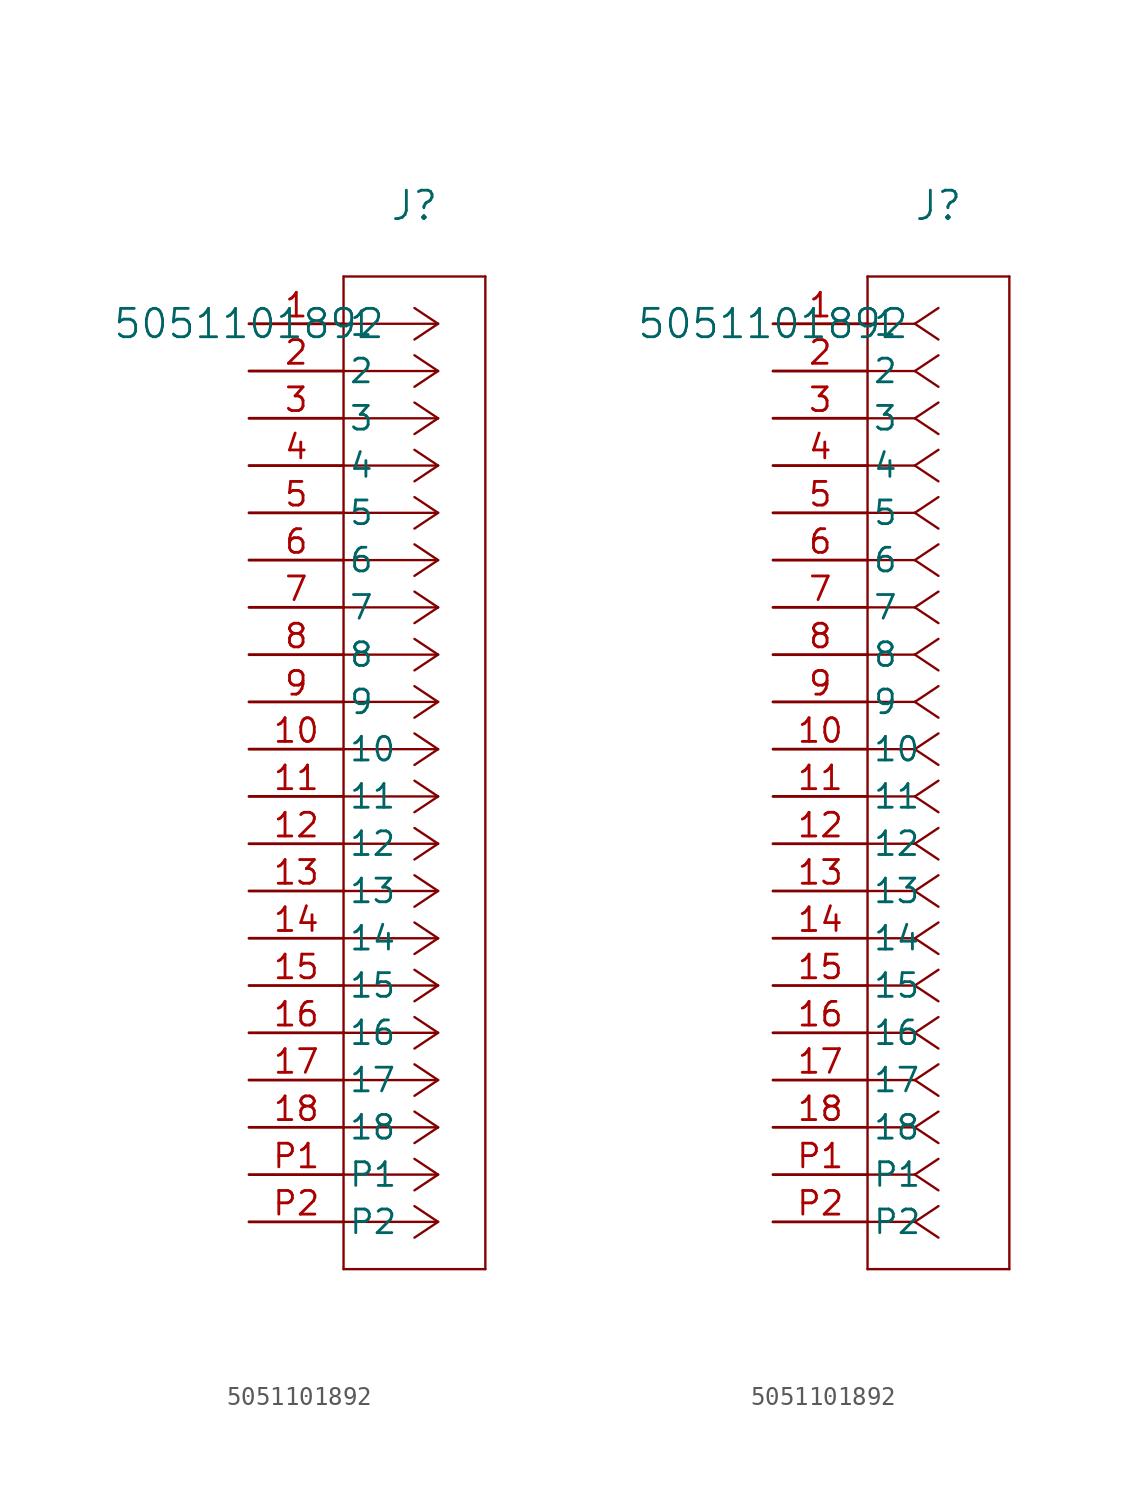
<source format=kicad_sym>
(kicad_symbol_lib
  (version 20211014)
  (generator kicad_symbol_editor)
  (symbol "5051101892"
    (pin_names
      (offset 0.254))
    (property "Reference" "J"
      (at 8.89 6.35 0)
      (effects (font (size 1.524 1.524))))
    (property "Value" "5051101892"
      (at 0 0 0)
      (effects (font (size 1.524 1.524))))
    (symbol "5051101892_1_1"
      (polyline (pts (xy 10.16 0) (xy 5.08 0)) (stroke (width 0.127) (type default) (color 0 0 0 0)) (fill (type none)))
      (polyline (pts (xy 10.16 -2.54) (xy 5.08 -2.54)) (stroke (width 0.127) (type default) (color 0 0 0 0)) (fill (type none)))
      (polyline (pts (xy 10.16 -5.08) (xy 5.08 -5.08)) (stroke (width 0.127) (type default) (color 0 0 0 0)) (fill (type none)))
      (polyline (pts (xy 10.16 -7.62) (xy 5.08 -7.62)) (stroke (width 0.127) (type default) (color 0 0 0 0)) (fill (type none)))
      (polyline (pts (xy 10.16 -10.16) (xy 5.08 -10.16)) (stroke (width 0.127) (type default) (color 0 0 0 0)) (fill (type none)))
      (polyline (pts (xy 10.16 -12.7) (xy 5.08 -12.7)) (stroke (width 0.127) (type default) (color 0 0 0 0)) (fill (type none)))
      (polyline (pts (xy 10.16 -15.24) (xy 5.08 -15.24)) (stroke (width 0.127) (type default) (color 0 0 0 0)) (fill (type none)))
      (polyline (pts (xy 10.16 -17.78) (xy 5.08 -17.78)) (stroke (width 0.127) (type default) (color 0 0 0 0)) (fill (type none)))
      (polyline (pts (xy 10.16 -20.32) (xy 5.08 -20.32)) (stroke (width 0.127) (type default) (color 0 0 0 0)) (fill (type none)))
      (polyline (pts (xy 10.16 -22.86) (xy 5.08 -22.86)) (stroke (width 0.127) (type default) (color 0 0 0 0)) (fill (type none)))
      (polyline (pts (xy 10.16 -25.4) (xy 5.08 -25.4)) (stroke (width 0.127) (type default) (color 0 0 0 0)) (fill (type none)))
      (polyline (pts (xy 10.16 -27.94) (xy 5.08 -27.94)) (stroke (width 0.127) (type default) (color 0 0 0 0)) (fill (type none)))
      (polyline (pts (xy 10.16 -30.48) (xy 5.08 -30.48)) (stroke (width 0.127) (type default) (color 0 0 0 0)) (fill (type none)))
      (polyline (pts (xy 10.16 -33.02) (xy 5.08 -33.02)) (stroke (width 0.127) (type default) (color 0 0 0 0)) (fill (type none)))
      (polyline (pts (xy 10.16 -35.56) (xy 5.08 -35.56)) (stroke (width 0.127) (type default) (color 0 0 0 0)) (fill (type none)))
      (polyline (pts (xy 10.16 -38.1) (xy 5.08 -38.1)) (stroke (width 0.127) (type default) (color 0 0 0 0)) (fill (type none)))
      (polyline (pts (xy 10.16 -40.64) (xy 5.08 -40.64)) (stroke (width 0.127) (type default) (color 0 0 0 0)) (fill (type none)))
      (polyline (pts (xy 10.16 -43.18) (xy 5.08 -43.18)) (stroke (width 0.127) (type default) (color 0 0 0 0)) (fill (type none)))
      (polyline (pts (xy 10.16 -45.72) (xy 5.08 -45.72)) (stroke (width 0.127) (type default) (color 0 0 0 0)) (fill (type none)))
      (polyline (pts (xy 10.16 -48.26) (xy 5.08 -48.26)) (stroke (width 0.127) (type default) (color 0 0 0 0)) (fill (type none)))
      (polyline (pts (xy 10.16 0) (xy 8.89 0.847)) (stroke (width 0.127) (type default) (color 0 0 0 0)) (fill (type none)))
      (polyline (pts (xy 10.16 -2.54) (xy 8.89 -1.693)) (stroke (width 0.127) (type default) (color 0 0 0 0)) (fill (type none)))
      (polyline (pts (xy 10.16 -5.08) (xy 8.89 -4.233)) (stroke (width 0.127) (type default) (color 0 0 0 0)) (fill (type none)))
      (polyline (pts (xy 10.16 -7.62) (xy 8.89 -6.773)) (stroke (width 0.127) (type default) (color 0 0 0 0)) (fill (type none)))
      (polyline (pts (xy 10.16 -10.16) (xy 8.89 -9.313)) (stroke (width 0.127) (type default) (color 0 0 0 0)) (fill (type none)))
      (polyline (pts (xy 10.16 -12.7) (xy 8.89 -11.853)) (stroke (width 0.127) (type default) (color 0 0 0 0)) (fill (type none)))
      (polyline (pts (xy 10.16 -15.24) (xy 8.89 -14.393)) (stroke (width 0.127) (type default) (color 0 0 0 0)) (fill (type none)))
      (polyline (pts (xy 10.16 -17.78) (xy 8.89 -16.933)) (stroke (width 0.127) (type default) (color 0 0 0 0)) (fill (type none)))
      (polyline (pts (xy 10.16 -20.32) (xy 8.89 -19.473)) (stroke (width 0.127) (type default) (color 0 0 0 0)) (fill (type none)))
      (polyline (pts (xy 10.16 -22.86) (xy 8.89 -22.013)) (stroke (width 0.127) (type default) (color 0 0 0 0)) (fill (type none)))
      (polyline (pts (xy 10.16 -25.4) (xy 8.89 -24.553)) (stroke (width 0.127) (type default) (color 0 0 0 0)) (fill (type none)))
      (polyline (pts (xy 10.16 -27.94) (xy 8.89 -27.093)) (stroke (width 0.127) (type default) (color 0 0 0 0)) (fill (type none)))
      (polyline (pts (xy 10.16 -30.48) (xy 8.89 -29.633)) (stroke (width 0.127) (type default) (color 0 0 0 0)) (fill (type none)))
      (polyline (pts (xy 10.16 -33.02) (xy 8.89 -32.173)) (stroke (width 0.127) (type default) (color 0 0 0 0)) (fill (type none)))
      (polyline (pts (xy 10.16 -35.56) (xy 8.89 -34.713)) (stroke (width 0.127) (type default) (color 0 0 0 0)) (fill (type none)))
      (polyline (pts (xy 10.16 -38.1) (xy 8.89 -37.253)) (stroke (width 0.127) (type default) (color 0 0 0 0)) (fill (type none)))
      (polyline (pts (xy 10.16 -40.64) (xy 8.89 -39.793)) (stroke (width 0.127) (type default) (color 0 0 0 0)) (fill (type none)))
      (polyline (pts (xy 10.16 -43.18) (xy 8.89 -42.333)) (stroke (width 0.127) (type default) (color 0 0 0 0)) (fill (type none)))
      (polyline (pts (xy 10.16 -45.72) (xy 8.89 -44.873)) (stroke (width 0.127) (type default) (color 0 0 0 0)) (fill (type none)))
      (polyline (pts (xy 10.16 -48.26) (xy 8.89 -47.413)) (stroke (width 0.127) (type default) (color 0 0 0 0)) (fill (type none)))
      (polyline (pts (xy 10.16 0) (xy 8.89 -0.847)) (stroke (width 0.127) (type default) (color 0 0 0 0)) (fill (type none)))
      (polyline (pts (xy 10.16 -2.54) (xy 8.89 -3.387)) (stroke (width 0.127) (type default) (color 0 0 0 0)) (fill (type none)))
      (polyline (pts (xy 10.16 -5.08) (xy 8.89 -5.927)) (stroke (width 0.127) (type default) (color 0 0 0 0)) (fill (type none)))
      (polyline (pts (xy 10.16 -7.62) (xy 8.89 -8.467)) (stroke (width 0.127) (type default) (color 0 0 0 0)) (fill (type none)))
      (polyline (pts (xy 10.16 -10.16) (xy 8.89 -11.007)) (stroke (width 0.127) (type default) (color 0 0 0 0)) (fill (type none)))
      (polyline (pts (xy 10.16 -12.7) (xy 8.89 -13.547)) (stroke (width 0.127) (type default) (color 0 0 0 0)) (fill (type none)))
      (polyline (pts (xy 10.16 -15.24) (xy 8.89 -16.087)) (stroke (width 0.127) (type default) (color 0 0 0 0)) (fill (type none)))
      (polyline (pts (xy 10.16 -17.78) (xy 8.89 -18.627)) (stroke (width 0.127) (type default) (color 0 0 0 0)) (fill (type none)))
      (polyline (pts (xy 10.16 -20.32) (xy 8.89 -21.167)) (stroke (width 0.127) (type default) (color 0 0 0 0)) (fill (type none)))
      (polyline (pts (xy 10.16 -22.86) (xy 8.89 -23.707)) (stroke (width 0.127) (type default) (color 0 0 0 0)) (fill (type none)))
      (polyline (pts (xy 10.16 -25.4) (xy 8.89 -26.247)) (stroke (width 0.127) (type default) (color 0 0 0 0)) (fill (type none)))
      (polyline (pts (xy 10.16 -27.94) (xy 8.89 -28.787)) (stroke (width 0.127) (type default) (color 0 0 0 0)) (fill (type none)))
      (polyline (pts (xy 10.16 -30.48) (xy 8.89 -31.327)) (stroke (width 0.127) (type default) (color 0 0 0 0)) (fill (type none)))
      (polyline (pts (xy 10.16 -33.02) (xy 8.89 -33.867)) (stroke (width 0.127) (type default) (color 0 0 0 0)) (fill (type none)))
      (polyline (pts (xy 10.16 -35.56) (xy 8.89 -36.407)) (stroke (width 0.127) (type default) (color 0 0 0 0)) (fill (type none)))
      (polyline (pts (xy 10.16 -38.1) (xy 8.89 -38.947)) (stroke (width 0.127) (type default) (color 0 0 0 0)) (fill (type none)))
      (polyline (pts (xy 10.16 -40.64) (xy 8.89 -41.487)) (stroke (width 0.127) (type default) (color 0 0 0 0)) (fill (type none)))
      (polyline (pts (xy 10.16 -43.18) (xy 8.89 -44.027)) (stroke (width 0.127) (type default) (color 0 0 0 0)) (fill (type none)))
      (polyline (pts (xy 10.16 -45.72) (xy 8.89 -46.567)) (stroke (width 0.127) (type default) (color 0 0 0 0)) (fill (type none)))
      (polyline (pts (xy 10.16 -48.26) (xy 8.89 -49.107)) (stroke (width 0.127) (type default) (color 0 0 0 0)) (fill (type none)))
      (polyline (pts (xy 5.08 2.54) (xy 5.08 -50.8)) (stroke (width 0.127) (type default) (color 0 0 0 0)) (fill (type none)))
      (polyline (pts (xy 5.08 -50.8) (xy 12.7 -50.8)) (stroke (width 0.127) (type default) (color 0 0 0 0)) (fill (type none)))
      (polyline (pts (xy 12.7 -50.8) (xy 12.7 2.54)) (stroke (width 0.127) (type default) (color 0 0 0 0)) (fill (type none)))
      (polyline (pts (xy 12.7 2.54) (xy 5.08 2.54)) (stroke (width 0.127) (type default) (color 0 0 0 0)) (fill (type none)))
      (pin unspecified line (at 0 0 0) (length 5.08) (name "1" (effects (font (size 1.27 1.27)))) (number "1" (effects (font (size 1.27 1.27)))))
      (pin unspecified line (at 0 -2.54 0) (length 5.08) (name "2" (effects (font (size 1.27 1.27)))) (number "2" (effects (font (size 1.27 1.27)))))
      (pin unspecified line (at 0 -5.08 0) (length 5.08) (name "3" (effects (font (size 1.27 1.27)))) (number "3" (effects (font (size 1.27 1.27)))))
      (pin unspecified line (at 0 -7.62 0) (length 5.08) (name "4" (effects (font (size 1.27 1.27)))) (number "4" (effects (font (size 1.27 1.27)))))
      (pin unspecified line (at 0 -10.16 0) (length 5.08) (name "5" (effects (font (size 1.27 1.27)))) (number "5" (effects (font (size 1.27 1.27)))))
      (pin unspecified line (at 0 -12.7 0) (length 5.08) (name "6" (effects (font (size 1.27 1.27)))) (number "6" (effects (font (size 1.27 1.27)))))
      (pin unspecified line (at 0 -15.24 0) (length 5.08) (name "7" (effects (font (size 1.27 1.27)))) (number "7" (effects (font (size 1.27 1.27)))))
      (pin unspecified line (at 0 -17.78 0) (length 5.08) (name "8" (effects (font (size 1.27 1.27)))) (number "8" (effects (font (size 1.27 1.27)))))
      (pin unspecified line (at 0 -20.32 0) (length 5.08) (name "9" (effects (font (size 1.27 1.27)))) (number "9" (effects (font (size 1.27 1.27)))))
      (pin unspecified line (at 0 -22.86 0) (length 5.08) (name "10" (effects (font (size 1.27 1.27)))) (number "10" (effects (font (size 1.27 1.27)))))
      (pin unspecified line (at 0 -25.4 0) (length 5.08) (name "11" (effects (font (size 1.27 1.27)))) (number "11" (effects (font (size 1.27 1.27)))))
      (pin unspecified line (at 0 -27.94 0) (length 5.08) (name "12" (effects (font (size 1.27 1.27)))) (number "12" (effects (font (size 1.27 1.27)))))
      (pin unspecified line (at 0 -30.48 0) (length 5.08) (name "13" (effects (font (size 1.27 1.27)))) (number "13" (effects (font (size 1.27 1.27)))))
      (pin unspecified line (at 0 -33.02 0) (length 5.08) (name "14" (effects (font (size 1.27 1.27)))) (number "14" (effects (font (size 1.27 1.27)))))
      (pin unspecified line (at 0 -35.56 0) (length 5.08) (name "15" (effects (font (size 1.27 1.27)))) (number "15" (effects (font (size 1.27 1.27)))))
      (pin unspecified line (at 0 -38.1 0) (length 5.08) (name "16" (effects (font (size 1.27 1.27)))) (number "16" (effects (font (size 1.27 1.27)))))
      (pin unspecified line (at 0 -40.64 0) (length 5.08) (name "17" (effects (font (size 1.27 1.27)))) (number "17" (effects (font (size 1.27 1.27)))))
      (pin unspecified line (at 0 -43.18 0) (length 5.08) (name "18" (effects (font (size 1.27 1.27)))) (number "18" (effects (font (size 1.27 1.27)))))
      (pin unspecified line (at 0 -45.72 0) (length 5.08) (name "P1" (effects (font (size 1.27 1.27)))) (number "P1" (effects (font (size 1.27 1.27)))))
      (pin unspecified line (at 0 -48.26 0) (length 5.08) (name "P2" (effects (font (size 1.27 1.27)))) (number "P2" (effects (font (size 1.27 1.27))))))
    (symbol "5051101892_1_2"
      (polyline (pts (xy 7.62 0) (xy 5.08 0)) (stroke (width 0.127) (type default) (color 0 0 0 0)) (fill (type none)))
      (polyline (pts (xy 7.62 -2.54) (xy 5.08 -2.54)) (stroke (width 0.127) (type default) (color 0 0 0 0)) (fill (type none)))
      (polyline (pts (xy 7.62 -5.08) (xy 5.08 -5.08)) (stroke (width 0.127) (type default) (color 0 0 0 0)) (fill (type none)))
      (polyline (pts (xy 7.62 -7.62) (xy 5.08 -7.62)) (stroke (width 0.127) (type default) (color 0 0 0 0)) (fill (type none)))
      (polyline (pts (xy 7.62 -10.16) (xy 5.08 -10.16)) (stroke (width 0.127) (type default) (color 0 0 0 0)) (fill (type none)))
      (polyline (pts (xy 7.62 -12.7) (xy 5.08 -12.7)) (stroke (width 0.127) (type default) (color 0 0 0 0)) (fill (type none)))
      (polyline (pts (xy 7.62 -15.24) (xy 5.08 -15.24)) (stroke (width 0.127) (type default) (color 0 0 0 0)) (fill (type none)))
      (polyline (pts (xy 7.62 -17.78) (xy 5.08 -17.78)) (stroke (width 0.127) (type default) (color 0 0 0 0)) (fill (type none)))
      (polyline (pts (xy 7.62 -20.32) (xy 5.08 -20.32)) (stroke (width 0.127) (type default) (color 0 0 0 0)) (fill (type none)))
      (polyline (pts (xy 7.62 -22.86) (xy 5.08 -22.86)) (stroke (width 0.127) (type default) (color 0 0 0 0)) (fill (type none)))
      (polyline (pts (xy 7.62 -25.4) (xy 5.08 -25.4)) (stroke (width 0.127) (type default) (color 0 0 0 0)) (fill (type none)))
      (polyline (pts (xy 7.62 -27.94) (xy 5.08 -27.94)) (stroke (width 0.127) (type default) (color 0 0 0 0)) (fill (type none)))
      (polyline (pts (xy 7.62 -30.48) (xy 5.08 -30.48)) (stroke (width 0.127) (type default) (color 0 0 0 0)) (fill (type none)))
      (polyline (pts (xy 7.62 -33.02) (xy 5.08 -33.02)) (stroke (width 0.127) (type default) (color 0 0 0 0)) (fill (type none)))
      (polyline (pts (xy 7.62 -35.56) (xy 5.08 -35.56)) (stroke (width 0.127) (type default) (color 0 0 0 0)) (fill (type none)))
      (polyline (pts (xy 7.62 -38.1) (xy 5.08 -38.1)) (stroke (width 0.127) (type default) (color 0 0 0 0)) (fill (type none)))
      (polyline (pts (xy 7.62 -40.64) (xy 5.08 -40.64)) (stroke (width 0.127) (type default) (color 0 0 0 0)) (fill (type none)))
      (polyline (pts (xy 7.62 -43.18) (xy 5.08 -43.18)) (stroke (width 0.127) (type default) (color 0 0 0 0)) (fill (type none)))
      (polyline (pts (xy 7.62 -45.72) (xy 5.08 -45.72)) (stroke (width 0.127) (type default) (color 0 0 0 0)) (fill (type none)))
      (polyline (pts (xy 7.62 -48.26) (xy 5.08 -48.26)) (stroke (width 0.127) (type default) (color 0 0 0 0)) (fill (type none)))
      (polyline (pts (xy 7.62 0) (xy 8.89 0.847)) (stroke (width 0.127) (type default) (color 0 0 0 0)) (fill (type none)))
      (polyline (pts (xy 7.62 -2.54) (xy 8.89 -1.693)) (stroke (width 0.127) (type default) (color 0 0 0 0)) (fill (type none)))
      (polyline (pts (xy 7.62 -5.08) (xy 8.89 -4.233)) (stroke (width 0.127) (type default) (color 0 0 0 0)) (fill (type none)))
      (polyline (pts (xy 7.62 -7.62) (xy 8.89 -6.773)) (stroke (width 0.127) (type default) (color 0 0 0 0)) (fill (type none)))
      (polyline (pts (xy 7.62 -10.16) (xy 8.89 -9.313)) (stroke (width 0.127) (type default) (color 0 0 0 0)) (fill (type none)))
      (polyline (pts (xy 7.62 -12.7) (xy 8.89 -11.853)) (stroke (width 0.127) (type default) (color 0 0 0 0)) (fill (type none)))
      (polyline (pts (xy 7.62 -15.24) (xy 8.89 -14.393)) (stroke (width 0.127) (type default) (color 0 0 0 0)) (fill (type none)))
      (polyline (pts (xy 7.62 -17.78) (xy 8.89 -16.933)) (stroke (width 0.127) (type default) (color 0 0 0 0)) (fill (type none)))
      (polyline (pts (xy 7.62 -20.32) (xy 8.89 -19.473)) (stroke (width 0.127) (type default) (color 0 0 0 0)) (fill (type none)))
      (polyline (pts (xy 7.62 -22.86) (xy 8.89 -22.013)) (stroke (width 0.127) (type default) (color 0 0 0 0)) (fill (type none)))
      (polyline (pts (xy 7.62 -25.4) (xy 8.89 -24.553)) (stroke (width 0.127) (type default) (color 0 0 0 0)) (fill (type none)))
      (polyline (pts (xy 7.62 -27.94) (xy 8.89 -27.093)) (stroke (width 0.127) (type default) (color 0 0 0 0)) (fill (type none)))
      (polyline (pts (xy 7.62 -30.48) (xy 8.89 -29.633)) (stroke (width 0.127) (type default) (color 0 0 0 0)) (fill (type none)))
      (polyline (pts (xy 7.62 -33.02) (xy 8.89 -32.173)) (stroke (width 0.127) (type default) (color 0 0 0 0)) (fill (type none)))
      (polyline (pts (xy 7.62 -35.56) (xy 8.89 -34.713)) (stroke (width 0.127) (type default) (color 0 0 0 0)) (fill (type none)))
      (polyline (pts (xy 7.62 -38.1) (xy 8.89 -37.253)) (stroke (width 0.127) (type default) (color 0 0 0 0)) (fill (type none)))
      (polyline (pts (xy 7.62 -40.64) (xy 8.89 -39.793)) (stroke (width 0.127) (type default) (color 0 0 0 0)) (fill (type none)))
      (polyline (pts (xy 7.62 -43.18) (xy 8.89 -42.333)) (stroke (width 0.127) (type default) (color 0 0 0 0)) (fill (type none)))
      (polyline (pts (xy 7.62 -45.72) (xy 8.89 -44.873)) (stroke (width 0.127) (type default) (color 0 0 0 0)) (fill (type none)))
      (polyline (pts (xy 7.62 -48.26) (xy 8.89 -47.413)) (stroke (width 0.127) (type default) (color 0 0 0 0)) (fill (type none)))
      (polyline (pts (xy 7.62 0) (xy 8.89 -0.847)) (stroke (width 0.127) (type default) (color 0 0 0 0)) (fill (type none)))
      (polyline (pts (xy 7.62 -2.54) (xy 8.89 -3.387)) (stroke (width 0.127) (type default) (color 0 0 0 0)) (fill (type none)))
      (polyline (pts (xy 7.62 -5.08) (xy 8.89 -5.927)) (stroke (width 0.127) (type default) (color 0 0 0 0)) (fill (type none)))
      (polyline (pts (xy 7.62 -7.62) (xy 8.89 -8.467)) (stroke (width 0.127) (type default) (color 0 0 0 0)) (fill (type none)))
      (polyline (pts (xy 7.62 -10.16) (xy 8.89 -11.007)) (stroke (width 0.127) (type default) (color 0 0 0 0)) (fill (type none)))
      (polyline (pts (xy 7.62 -12.7) (xy 8.89 -13.547)) (stroke (width 0.127) (type default) (color 0 0 0 0)) (fill (type none)))
      (polyline (pts (xy 7.62 -15.24) (xy 8.89 -16.087)) (stroke (width 0.127) (type default) (color 0 0 0 0)) (fill (type none)))
      (polyline (pts (xy 7.62 -17.78) (xy 8.89 -18.627)) (stroke (width 0.127) (type default) (color 0 0 0 0)) (fill (type none)))
      (polyline (pts (xy 7.62 -20.32) (xy 8.89 -21.167)) (stroke (width 0.127) (type default) (color 0 0 0 0)) (fill (type none)))
      (polyline (pts (xy 7.62 -22.86) (xy 8.89 -23.707)) (stroke (width 0.127) (type default) (color 0 0 0 0)) (fill (type none)))
      (polyline (pts (xy 7.62 -25.4) (xy 8.89 -26.247)) (stroke (width 0.127) (type default) (color 0 0 0 0)) (fill (type none)))
      (polyline (pts (xy 7.62 -27.94) (xy 8.89 -28.787)) (stroke (width 0.127) (type default) (color 0 0 0 0)) (fill (type none)))
      (polyline (pts (xy 7.62 -30.48) (xy 8.89 -31.327)) (stroke (width 0.127) (type default) (color 0 0 0 0)) (fill (type none)))
      (polyline (pts (xy 7.62 -33.02) (xy 8.89 -33.867)) (stroke (width 0.127) (type default) (color 0 0 0 0)) (fill (type none)))
      (polyline (pts (xy 7.62 -35.56) (xy 8.89 -36.407)) (stroke (width 0.127) (type default) (color 0 0 0 0)) (fill (type none)))
      (polyline (pts (xy 7.62 -38.1) (xy 8.89 -38.947)) (stroke (width 0.127) (type default) (color 0 0 0 0)) (fill (type none)))
      (polyline (pts (xy 7.62 -40.64) (xy 8.89 -41.487)) (stroke (width 0.127) (type default) (color 0 0 0 0)) (fill (type none)))
      (polyline (pts (xy 7.62 -43.18) (xy 8.89 -44.027)) (stroke (width 0.127) (type default) (color 0 0 0 0)) (fill (type none)))
      (polyline (pts (xy 7.62 -45.72) (xy 8.89 -46.567)) (stroke (width 0.127) (type default) (color 0 0 0 0)) (fill (type none)))
      (polyline (pts (xy 7.62 -48.26) (xy 8.89 -49.107)) (stroke (width 0.127) (type default) (color 0 0 0 0)) (fill (type none)))
      (polyline (pts (xy 5.08 2.54) (xy 5.08 -50.8)) (stroke (width 0.127) (type default) (color 0 0 0 0)) (fill (type none)))
      (polyline (pts (xy 5.08 -50.8) (xy 12.7 -50.8)) (stroke (width 0.127) (type default) (color 0 0 0 0)) (fill (type none)))
      (polyline (pts (xy 12.7 -50.8) (xy 12.7 2.54)) (stroke (width 0.127) (type default) (color 0 0 0 0)) (fill (type none)))
      (polyline (pts (xy 12.7 2.54) (xy 5.08 2.54)) (stroke (width 0.127) (type default) (color 0 0 0 0)) (fill (type none)))
      (pin unspecified line (at 0 0 0) (length 5.08) (name "1" (effects (font (size 1.27 1.27)))) (number "1" (effects (font (size 1.27 1.27)))))
      (pin unspecified line (at 0 -2.54 0) (length 5.08) (name "2" (effects (font (size 1.27 1.27)))) (number "2" (effects (font (size 1.27 1.27)))))
      (pin unspecified line (at 0 -5.08 0) (length 5.08) (name "3" (effects (font (size 1.27 1.27)))) (number "3" (effects (font (size 1.27 1.27)))))
      (pin unspecified line (at 0 -7.62 0) (length 5.08) (name "4" (effects (font (size 1.27 1.27)))) (number "4" (effects (font (size 1.27 1.27)))))
      (pin unspecified line (at 0 -10.16 0) (length 5.08) (name "5" (effects (font (size 1.27 1.27)))) (number "5" (effects (font (size 1.27 1.27)))))
      (pin unspecified line (at 0 -12.7 0) (length 5.08) (name "6" (effects (font (size 1.27 1.27)))) (number "6" (effects (font (size 1.27 1.27)))))
      (pin unspecified line (at 0 -15.24 0) (length 5.08) (name "7" (effects (font (size 1.27 1.27)))) (number "7" (effects (font (size 1.27 1.27)))))
      (pin unspecified line (at 0 -17.78 0) (length 5.08) (name "8" (effects (font (size 1.27 1.27)))) (number "8" (effects (font (size 1.27 1.27)))))
      (pin unspecified line (at 0 -20.32 0) (length 5.08) (name "9" (effects (font (size 1.27 1.27)))) (number "9" (effects (font (size 1.27 1.27)))))
      (pin unspecified line (at 0 -22.86 0) (length 5.08) (name "10" (effects (font (size 1.27 1.27)))) (number "10" (effects (font (size 1.27 1.27)))))
      (pin unspecified line (at 0 -25.4 0) (length 5.08) (name "11" (effects (font (size 1.27 1.27)))) (number "11" (effects (font (size 1.27 1.27)))))
      (pin unspecified line (at 0 -27.94 0) (length 5.08) (name "12" (effects (font (size 1.27 1.27)))) (number "12" (effects (font (size 1.27 1.27)))))
      (pin unspecified line (at 0 -30.48 0) (length 5.08) (name "13" (effects (font (size 1.27 1.27)))) (number "13" (effects (font (size 1.27 1.27)))))
      (pin unspecified line (at 0 -33.02 0) (length 5.08) (name "14" (effects (font (size 1.27 1.27)))) (number "14" (effects (font (size 1.27 1.27)))))
      (pin unspecified line (at 0 -35.56 0) (length 5.08) (name "15" (effects (font (size 1.27 1.27)))) (number "15" (effects (font (size 1.27 1.27)))))
      (pin unspecified line (at 0 -38.1 0) (length 5.08) (name "16" (effects (font (size 1.27 1.27)))) (number "16" (effects (font (size 1.27 1.27)))))
      (pin unspecified line (at 0 -40.64 0) (length 5.08) (name "17" (effects (font (size 1.27 1.27)))) (number "17" (effects (font (size 1.27 1.27)))))
      (pin unspecified line (at 0 -43.18 0) (length 5.08) (name "18" (effects (font (size 1.27 1.27)))) (number "18" (effects (font (size 1.27 1.27)))))
      (pin unspecified line (at 0 -45.72 0) (length 5.08) (name "P1" (effects (font (size 1.27 1.27)))) (number "P1" (effects (font (size 1.27 1.27)))))
      (pin unspecified line (at 0 -48.26 0) (length 5.08) (name "P2" (effects (font (size 1.27 1.27)))) (number "P2" (effects (font (size 1.27 1.27))))))))
</source>
